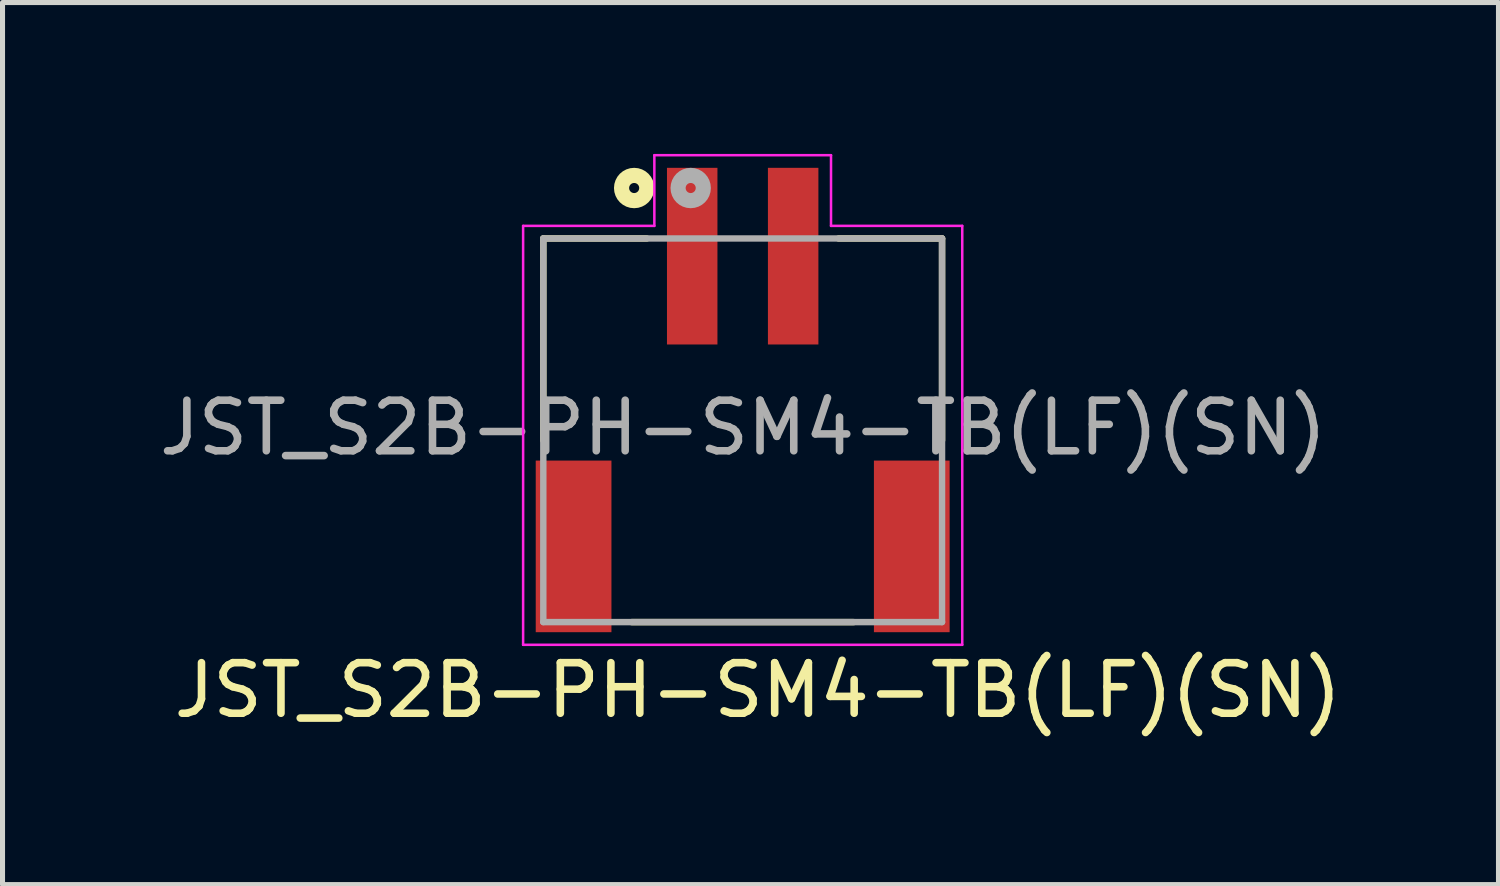
<source format=kicad_pcb>
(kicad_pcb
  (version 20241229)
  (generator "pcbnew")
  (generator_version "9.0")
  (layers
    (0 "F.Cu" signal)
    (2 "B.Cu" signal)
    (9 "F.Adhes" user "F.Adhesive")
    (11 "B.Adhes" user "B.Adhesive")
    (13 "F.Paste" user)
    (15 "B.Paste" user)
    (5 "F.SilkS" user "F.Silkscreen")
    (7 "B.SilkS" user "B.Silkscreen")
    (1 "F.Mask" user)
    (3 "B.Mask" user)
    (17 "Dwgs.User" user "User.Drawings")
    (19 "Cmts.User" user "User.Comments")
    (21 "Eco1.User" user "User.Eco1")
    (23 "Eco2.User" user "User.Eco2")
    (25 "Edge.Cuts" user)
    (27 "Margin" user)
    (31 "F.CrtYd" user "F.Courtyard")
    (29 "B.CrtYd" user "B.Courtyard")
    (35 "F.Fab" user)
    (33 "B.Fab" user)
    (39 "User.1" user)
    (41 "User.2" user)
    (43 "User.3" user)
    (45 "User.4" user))
  (footprint "JST_S2B-PH-SM4-TB(LF)(SN)"
    (layer "F.Cu")
    (at 11.664 4.975)
    (property "Reference" "JST_S2B-PH-SM4-TB(LF)(SN)" (at 0.3 5.65 0) (layer "F.SilkS") (effects (font (size 1.002 1.002) (thickness 0.15))))
    (attr smd)
    (fp_line (start -3.95 -3.3) (end -3.95 0.7) (stroke (width 0.127) (type solid)) (layer "F.SilkS"))
    (fp_line (start -2.2 4.3) (end 2.2 4.3) (stroke (width 0.127) (type solid)) (layer "F.SilkS"))
    (fp_line (start -1.9 -3.3) (end -3.95 -3.3) (stroke (width 0.127) (type solid)) (layer "F.SilkS"))
    (fp_line (start 3.95 -3.3) (end 1.9 -3.3) (stroke (width 0.127) (type solid)) (layer "F.SilkS"))
    (fp_line (start 3.95 0.7) (end 3.95 -3.3) (stroke (width 0.127) (type solid)) (layer "F.SilkS"))
    (fp_circle (center -2.15 -4.3) (end -2.05 -4.3) (stroke (width 0.3) (type solid)) (fill no) (layer "F.SilkS"))
    (fp_line (start -4.35 -3.55) (end -1.75 -3.55) (stroke (width 0.05) (type solid)) (layer "F.CrtYd"))
    (fp_line (start -4.35 4.75) (end -4.35 -3.55) (stroke (width 0.05) (type solid)) (layer "F.CrtYd"))
    (fp_line (start -1.75 -4.95) (end 1.75 -4.95) (stroke (width 0.05) (type solid)) (layer "F.CrtYd"))
    (fp_line (start -1.75 -3.55) (end -1.75 -4.95) (stroke (width 0.05) (type solid)) (layer "F.CrtYd"))
    (fp_line (start 1.75 -4.95) (end 1.75 -3.55) (stroke (width 0.05) (type solid)) (layer "F.CrtYd"))
    (fp_line (start 1.75 -3.55) (end 4.35 -3.55) (stroke (width 0.05) (type solid)) (layer "F.CrtYd"))
    (fp_line (start 4.35 -3.55) (end 4.35 4.75) (stroke (width 0.05) (type solid)) (layer "F.CrtYd"))
    (fp_line (start 4.35 4.75) (end -4.35 4.75) (stroke (width 0.05) (type solid)) (layer "F.CrtYd"))
    (fp_line (start -3.95 -3.3) (end 3.95 -3.3) (stroke (width 0.127) (type solid)) (layer "F.Fab"))
    (fp_line (start -3.95 4.3) (end -3.95 -3.3) (stroke (width 0.127) (type solid)) (layer "F.Fab"))
    (fp_line (start 3.95 -3.3) (end 3.95 4.3) (stroke (width 0.127) (type solid)) (layer "F.Fab"))
    (fp_line (start 3.95 4.3) (end -3.95 4.3) (stroke (width 0.127) (type solid)) (layer "F.Fab"))
    (fp_circle (center -1.03 -4.3) (end -0.93 -4.3) (stroke (width 0.3) (type solid)) (fill no) (layer "F.Fab"))
    (fp_text user "${REFERENCE}" (at 0.01 0.45 0) (layer "F.Fab") (effects (font (size 1.002 1.002) (thickness 0.15))))
    (pad "1" smd rect (at -1 -2.95) (size 1 3.5) (layers "F.Cu" "F.Mask" "F.Paste"))
    (pad "2" smd rect (at 1 -2.95) (size 1 3.5) (layers "F.Cu" "F.Mask" "F.Paste"))
    (pad "S1" smd rect (at -3.35 2.8) (size 1.5 3.4) (layers "F.Cu" "F.Mask" "F.Paste"))
    (pad "S2" smd rect (at 3.35 2.8) (size 1.5 3.4) (layers "F.Cu" "F.Mask" "F.Paste")))
  (gr_rect
    (start -3 -3)
    (end 26.638 14.475)
    (stroke (width 0.1) (type default))
    (fill no)
    (layer "Edge.Cuts")))
</source>
